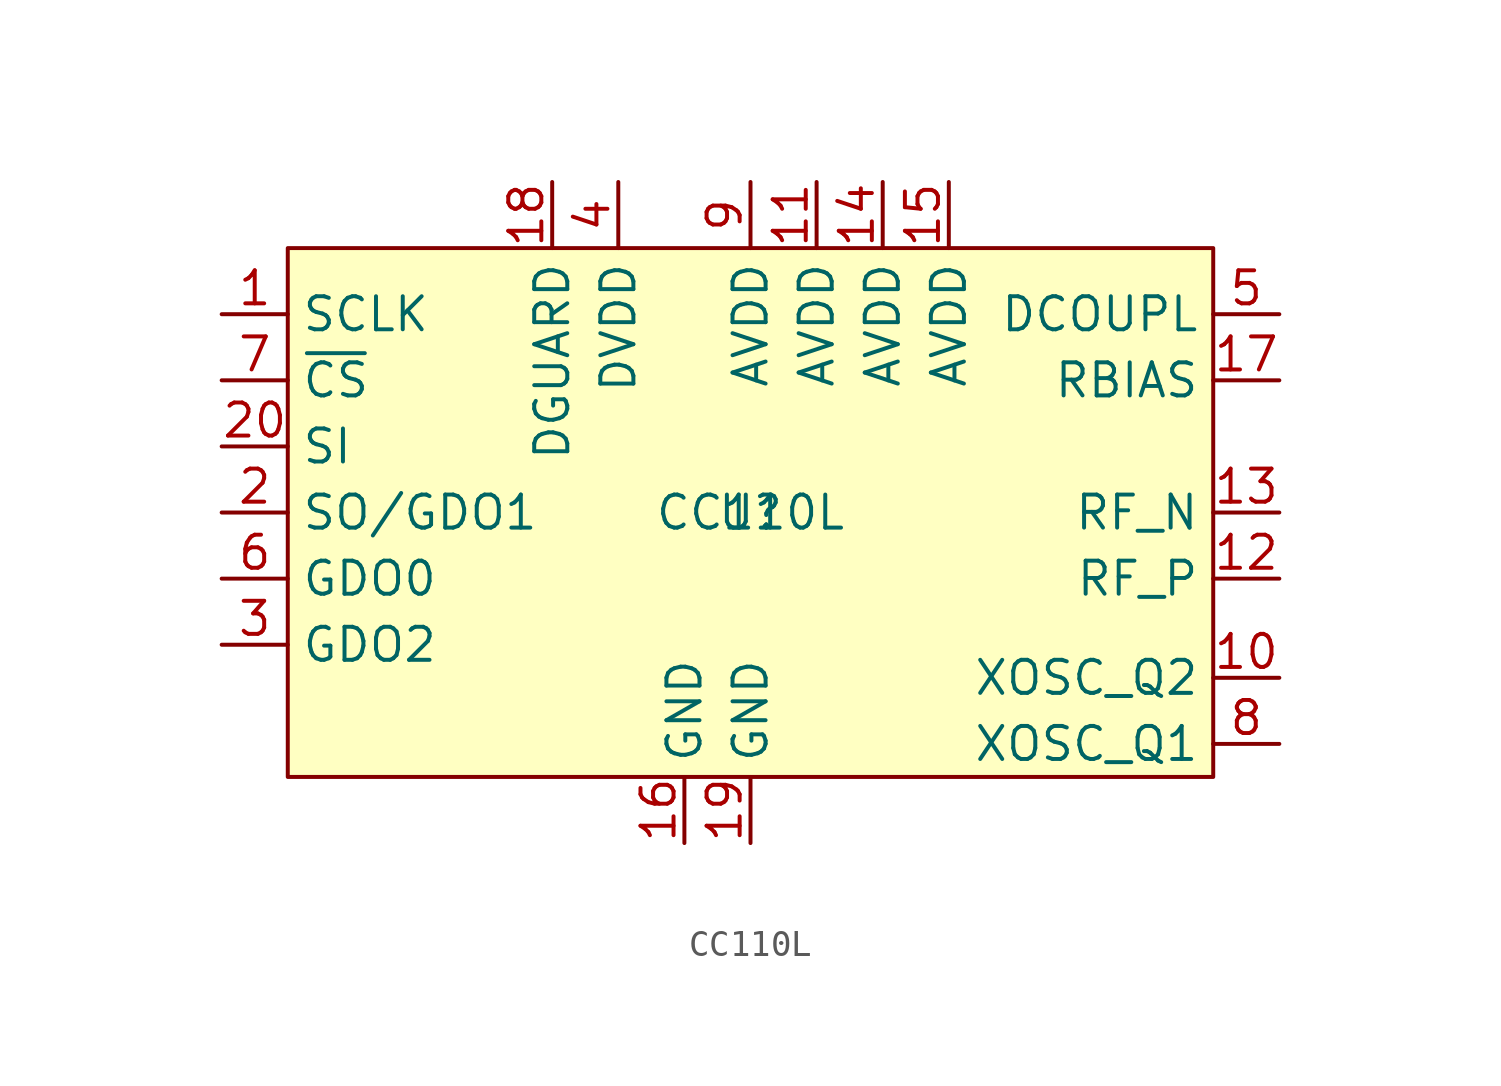
<source format=kicad_sym>
(kicad_symbol_lib
  (version 20211014)
  (generator kicad_symbol_editor)
  (symbol "CC110L"
    (property "Reference" "U"
      (at 0 0 0)
      (effects (font (size 1.27 1.27))))
    (property "Value" "CC110L"
      (at 0 0 0)
      (effects (font (size 1.27 1.27))))
    (symbol "CC110L_0_0"
      (pin bidirectional line (at 20.32 -6.35 180) (length 2.54) (name "XOSC_Q2" (effects (font (size 1.27 1.27)))) (number "10" (effects (font (size 1.27 1.27)))))
      (pin power_in line (at 2.54 12.7 270) (length 2.54) (name "AVDD" (effects (font (size 1.27 1.27)))) (number "11" (effects (font (size 1.27 1.27)))))
      (pin input line (at 20.32 -2.54 180) (length 2.54) (name "RF_P" (effects (font (size 1.27 1.27)))) (number "12" (effects (font (size 1.27 1.27)))))
      (pin input line (at 20.32 0 180) (length 2.54) (name "RF_N" (effects (font (size 1.27 1.27)))) (number "13" (effects (font (size 1.27 1.27)))))
      (pin power_in line (at 5.08 12.7 270) (length 2.54) (name "AVDD" (effects (font (size 1.27 1.27)))) (number "14" (effects (font (size 1.27 1.27)))))
      (pin power_in line (at 7.62 12.7 270) (length 2.54) (name "AVDD" (effects (font (size 1.27 1.27)))) (number "15" (effects (font (size 1.27 1.27)))))
      (pin power_in line (at -2.54 -12.7 90) (length 2.54) (name "GND" (effects (font (size 1.27 1.27)))) (number "16" (effects (font (size 1.27 1.27)))))
      (pin bidirectional line (at 20.32 5.08 180) (length 2.54) (name "RBIAS" (effects (font (size 1.27 1.27)))) (number "17" (effects (font (size 1.27 1.27)))))
      (pin power_in line (at -7.62 12.7 270) (length 2.54) (name "DGUARD" (effects (font (size 1.27 1.27)))) (number "18" (effects (font (size 1.27 1.27)))))
      (pin power_in line (at 0 -12.7 90) (length 2.54) (name "GND" (effects (font (size 1.27 1.27)))) (number "19" (effects (font (size 1.27 1.27)))))
      (pin input line (at -20.32 2.54 0) (length 2.54) (name "SI" (effects (font (size 1.27 1.27)))) (number "20" (effects (font (size 1.27 1.27)))))
      (pin bidirectional line (at 20.32 -8.89 180) (length 2.54) (name "XOSC_Q1" (effects (font (size 1.27 1.27)))) (number "8" (effects (font (size 1.27 1.27)))))
      (pin power_in line (at 0 12.7 270) (length 2.54) (name "AVDD" (effects (font (size 1.27 1.27)))) (number "9" (effects (font (size 1.27 1.27))))))
    (symbol "CC110L_0_1"
      (rectangle (start -17.78 10.16) (end 17.78 -10.16) (stroke (width 0) (type default) (color 0 0 0 0)) (fill (type background))))
    (symbol "CC110L_1_1"
      (pin input line (at -20.32 7.62 0) (length 2.54) (name "SCLK" (effects (font (size 1.27 1.27)))) (number "1" (effects (font (size 1.27 1.27)))))
      (pin tri_state line (at -20.32 0 0) (length 2.54) (name "SO/GDO1" (effects (font (size 1.27 1.27)))) (number "2" (effects (font (size 1.27 1.27)))))
      (pin input line (at 0 -12.7 90) (length 2.54) hide (name "PAD" (effects (font (size 1.27 1.27)))) (number "21" (effects (font (size 1.27 1.27)))))
      (pin bidirectional line (at -20.32 -5.08 0) (length 2.54) (name "GDO2" (effects (font (size 1.27 1.27)))) (number "3" (effects (font (size 1.27 1.27)))))
      (pin power_in line (at -5.08 12.7 270) (length 2.54) (name "DVDD" (effects (font (size 1.27 1.27)))) (number "4" (effects (font (size 1.27 1.27)))))
      (pin bidirectional line (at 20.32 7.62 180) (length 2.54) (name "DCOUPL" (effects (font (size 1.27 1.27)))) (number "5" (effects (font (size 1.27 1.27)))))
      (pin bidirectional line (at -20.32 -2.54 0) (length 2.54) (name "GDO0" (effects (font (size 1.27 1.27)))) (number "6" (effects (font (size 1.27 1.27)))))
      (pin input line (at -20.32 5.08 0) (length 2.54) (name "~{CS}" (effects (font (size 1.27 1.27)))) (number "7" (effects (font (size 1.27 1.27))))))))
</source>
